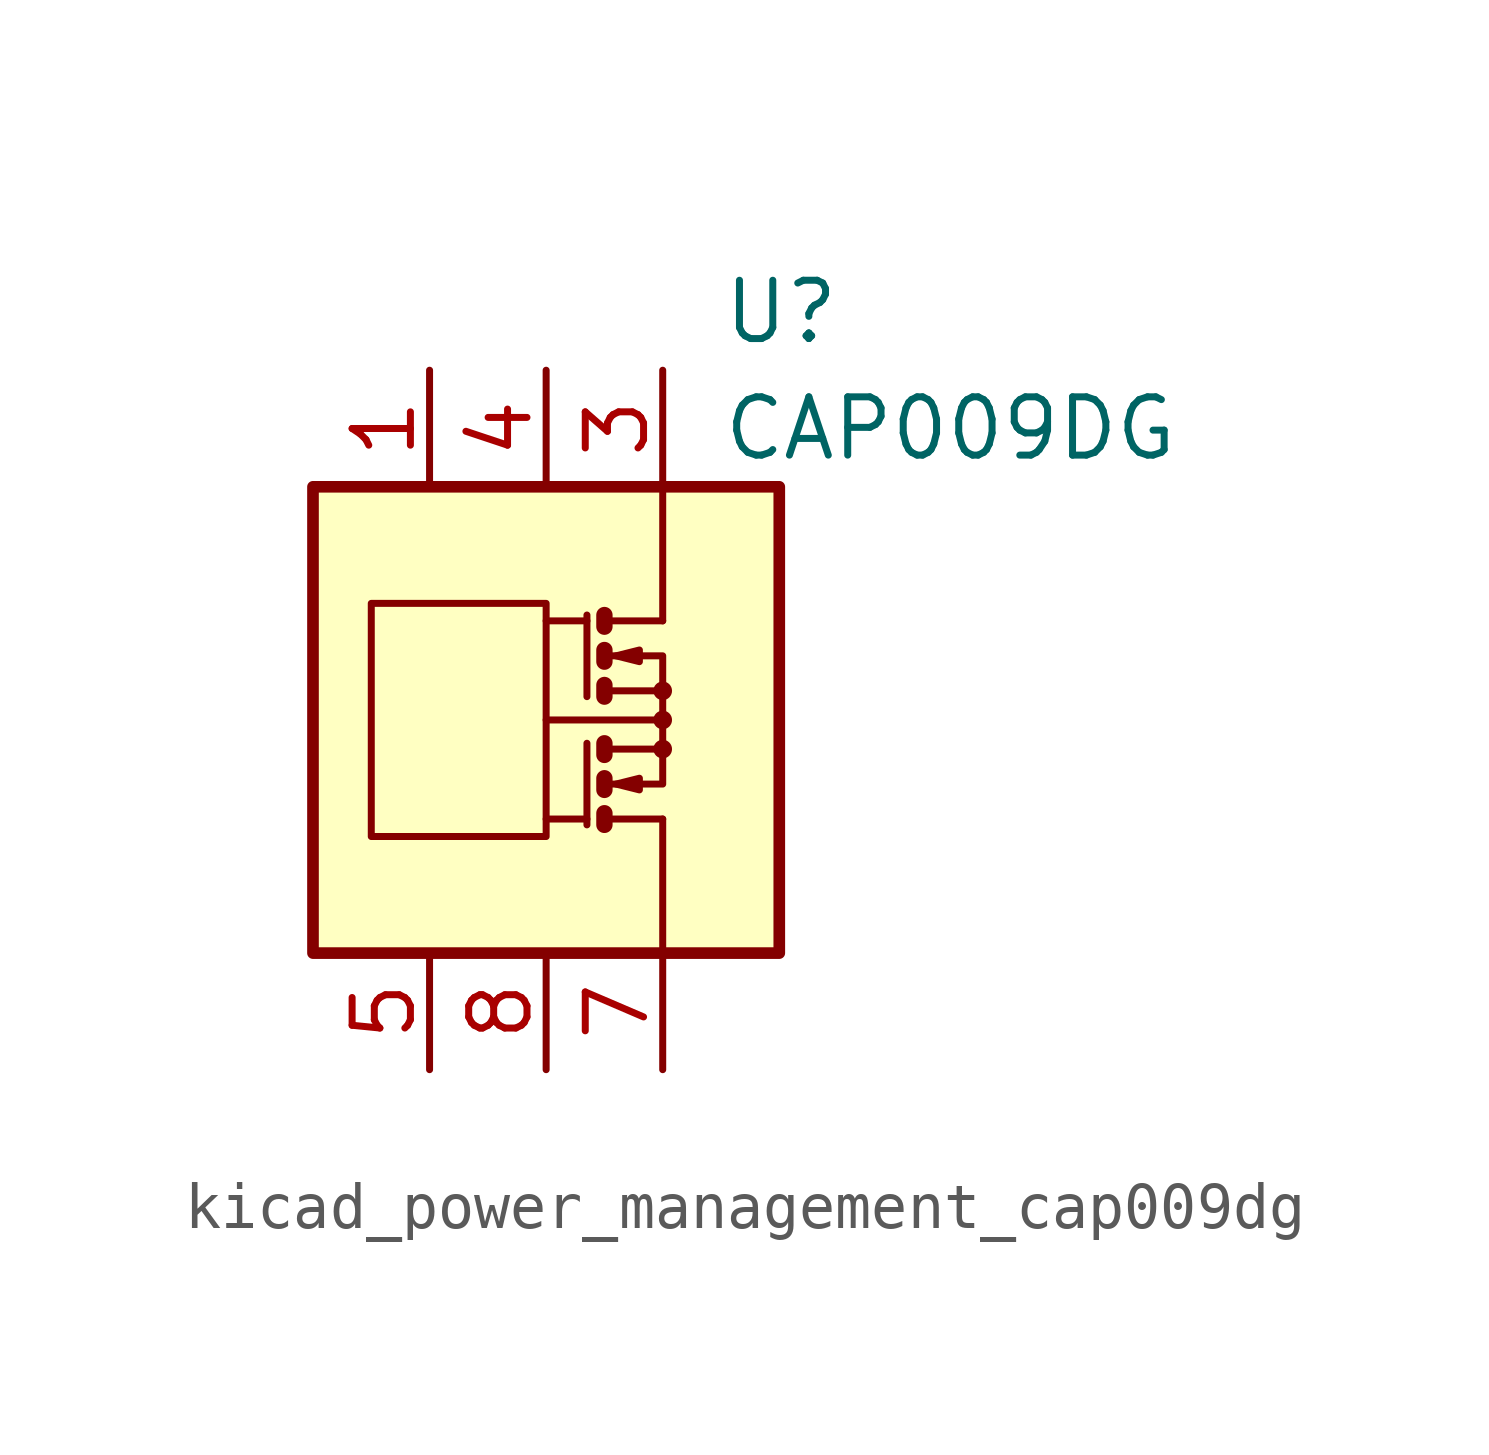
<source format=kicad_sym>
(kicad_symbol_lib
  (version 20220914)
  (generator kicad_symbol_editor)
  (symbol "kicad_power_management_cap009dg"
    (pin_names
      (offset 1.27))
    (property "Reference" "U"
      (at 3.81 8.89 0)
      (effects (font (size 1.27 1.27)) (justify left)))
    (property "Value" "CAP009DG"
      (at 3.81 6.35 0)
      (effects (font (size 1.27 1.27)) (justify left)))
    (symbol "kicad_power_management_cap009dg_0_1"
      (rectangle (start -5.08 5.08) (end 5.08 -5.08) (stroke (width 0.254) (type default)) (fill (type background)))
      (rectangle (start -3.81 2.54) (end 0 -2.54) (stroke (width 0) (type default)) (fill (type none)))
      (polyline (pts (xy 0.889 -2.159) (xy 0 -2.159)) (stroke (width 0) (type default)) (fill (type none)))
      (polyline (pts (xy 0.889 -0.508) (xy 0.889 -2.286)) (stroke (width 0) (type default)) (fill (type none)))
      (polyline (pts (xy 0.889 2.159) (xy 0 2.159)) (stroke (width 0) (type default)) (fill (type none)))
      (polyline (pts (xy 0.889 2.286) (xy 0.889 0.508)) (stroke (width 0) (type default)) (fill (type none)))
      (polyline (pts (xy 1.27 -2.159) (xy 2.54 -2.159)) (stroke (width 0) (type default)) (fill (type none)))
      (polyline (pts (xy 1.27 2.159) (xy 2.54 2.159)) (stroke (width 0) (type default)) (fill (type none)))
      (polyline (pts (xy 2.413 0) (xy 0 0)) (stroke (width 0) (type default)) (fill (type none)))
      (polyline (pts (xy 2.54 -2.159) (xy 2.54 -5.08)) (stroke (width 0) (type default)) (fill (type none)))
      (polyline (pts (xy 1.27 -2.032) (xy 1.27 -2.286) (xy 1.27 -2.286)) (stroke (width 0.356) (type default)) (fill (type none)))
      (polyline (pts (xy 1.27 -1.27) (xy 1.27 -1.524) (xy 1.27 -1.524)) (stroke (width 0.356) (type default)) (fill (type none)))
      (polyline (pts (xy 1.27 0.762) (xy 1.27 0.508) (xy 1.27 0.508)) (stroke (width 0.356) (type default)) (fill (type none)))
      (polyline (pts (xy 1.27 1.524) (xy 1.27 1.27) (xy 1.27 1.27)) (stroke (width 0.356) (type default)) (fill (type none)))
      (polyline (pts (xy 1.27 2.286) (xy 1.27 2.032) (xy 1.27 2.032)) (stroke (width 0.356) (type default)) (fill (type none)))
      (polyline (pts (xy 1.397 -1.397) (xy 2.54 -1.397) (xy 2.54 -0.635)) (stroke (width 0) (type default)) (fill (type none)))
      (polyline (pts (xy 1.397 1.397) (xy 2.54 1.397) (xy 2.54 0.635)) (stroke (width 0) (type default)) (fill (type none)))
      (polyline (pts (xy 2.54 2.159) (xy 2.54 5.08) (xy 2.54 3.175)) (stroke (width 0) (type default)) (fill (type none)))
      (polyline (pts (xy 1.397 -0.635) (xy 2.54 -0.635) (xy 2.54 0.635) (xy 1.397 0.635)) (stroke (width 0) (type default)) (fill (type none)))
      (polyline (pts (xy 1.524 -1.397) (xy 2.032 -1.27) (xy 2.032 -1.524) (xy 1.524 -1.397)) (stroke (width 0) (type default)) (fill (type none)))
      (polyline (pts (xy 1.524 1.397) (xy 2.032 1.524) (xy 2.032 1.27) (xy 1.524 1.397)) (stroke (width 0) (type default)) (fill (type none)))
      (circle (center 2.54 -0.635) (radius 0.127) (stroke (width 0) (type default)) (fill (type none)))
      (circle (center 2.54 0) (radius 0.127) (stroke (width 0) (type default)) (fill (type none)))
      (circle (center 2.54 0.635) (radius 0.127) (stroke (width 0) (type default)) (fill (type none))))
    (symbol "kicad_power_management_cap009dg_1_1"
      (polyline (pts (xy 1.27 -0.508) (xy 1.27 -0.762)) (stroke (width 0.356) (type default)) (fill (type none)))
      (pin passive line (at -2.54 7.62 270) (length 2.54) (name "~" (effects (font (size 1.27 1.27)))) (number "1" (effects (font (size 1.27 1.27)))))
      (pin passive line (at 2.54 7.62 270) (length 2.54) hide (name "~" (effects (font (size 1.27 1.27)))) (number "2" (effects (font (size 1.27 1.27)))))
      (pin passive line (at 2.54 7.62 270) (length 2.54) (name "~" (effects (font (size 1.27 1.27)))) (number "3" (effects (font (size 1.27 1.27)))))
      (pin passive line (at 0 7.62 270) (length 2.54) (name "~" (effects (font (size 1.27 1.27)))) (number "4" (effects (font (size 1.27 1.27)))))
      (pin passive line (at -2.54 -7.62 90) (length 2.54) (name "~" (effects (font (size 1.27 1.27)))) (number "5" (effects (font (size 1.27 1.27)))))
      (pin passive line (at 2.54 -7.62 90) (length 2.54) hide (name "~" (effects (font (size 1.27 1.27)))) (number "6" (effects (font (size 1.27 1.27)))))
      (pin passive line (at 2.54 -7.62 90) (length 2.54) (name "~" (effects (font (size 1.27 1.27)))) (number "7" (effects (font (size 1.27 1.27)))))
      (pin passive line (at 0 -7.62 90) (length 2.54) (name "~" (effects (font (size 1.27 1.27)))) (number "8" (effects (font (size 1.27 1.27))))))))
</source>
